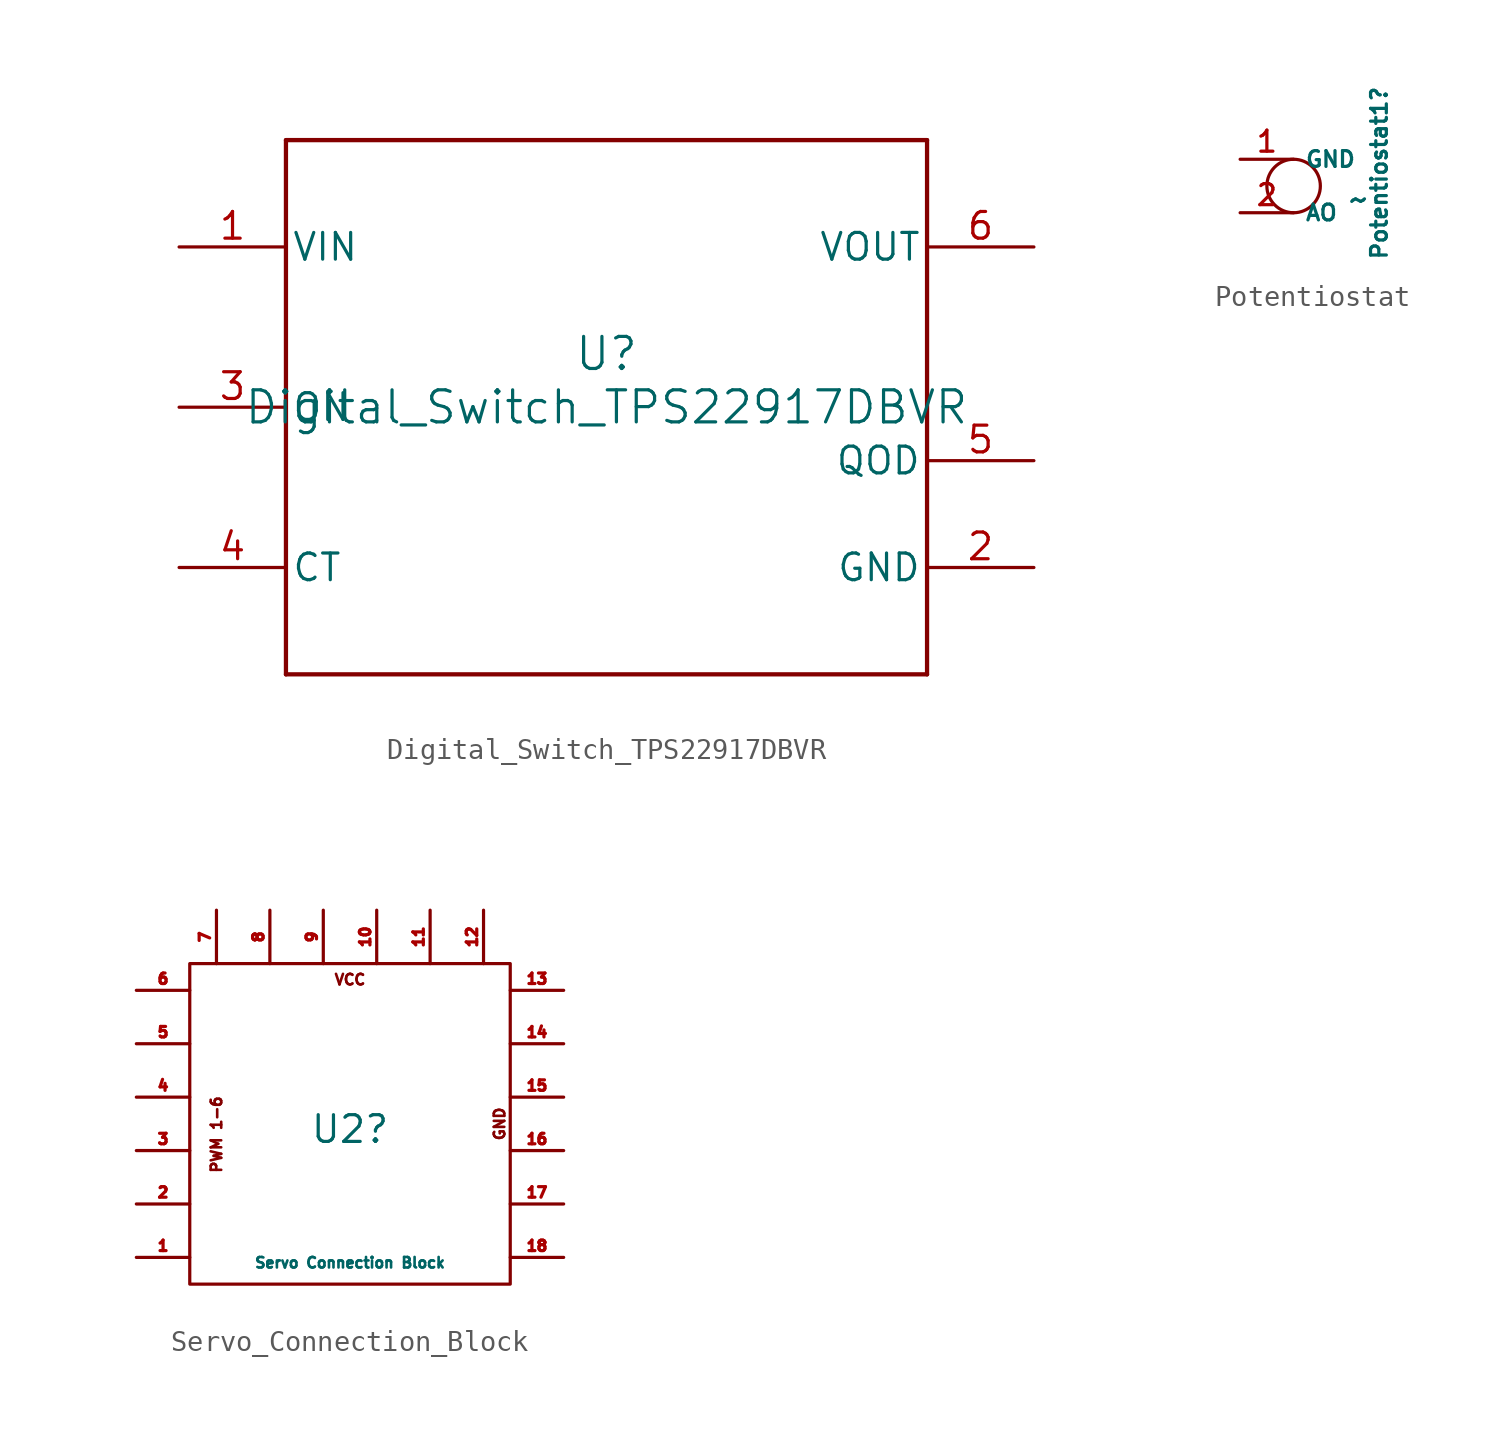
<source format=kicad_sym>
(kicad_symbol_lib
  (version 20231120)
  (generator "kicad_symbol_editor")
  (generator_version "8.0")
  (symbol "Digital_Switch_TPS22917DBVR"
    (pin_names
      (offset 0.254))
    (property "Reference" "U"
      (at 0 2.54 0)
      (effects (font (size 1.524 1.524))))
    (property "Value" "Digital_Switch_TPS22917DBVR"
      (at 0 0 0)
      (effects (font (size 1.524 1.524))))
    (property "ki_locked" ""
      (at 0 0 0)
      (effects (font (size 1.27 1.27))))
    (symbol "Digital_Switch_TPS22917DBVR_1_1"
      (polyline (pts (xy -15.24 -12.7) (xy 15.24 -12.7)) (stroke (width 0.203) (type default)) (fill (type none)))
      (polyline (pts (xy -15.24 12.7) (xy -15.24 -12.7)) (stroke (width 0.203) (type default)) (fill (type none)))
      (polyline (pts (xy 15.24 -12.7) (xy 15.24 12.7)) (stroke (width 0.203) (type default)) (fill (type none)))
      (polyline (pts (xy 15.24 12.7) (xy -15.24 12.7)) (stroke (width 0.203) (type default)) (fill (type none)))
      (pin power_in line (at -20.32 7.62 0) (length 5.08) (name "VIN" (effects (font (size 1.27 1.27)))) (number "1" (effects (font (size 1.27 1.27)))))
      (pin power_in line (at 20.32 -7.62 180) (length 5.08) (name "GND" (effects (font (size 1.27 1.27)))) (number "2" (effects (font (size 1.27 1.27)))))
      (pin input line (at -20.32 0 0) (length 5.08) (name "ON" (effects (font (size 1.27 1.27)))) (number "3" (effects (font (size 1.27 1.27)))))
      (pin output line (at -20.32 -7.62 0) (length 5.08) (name "CT" (effects (font (size 1.27 1.27)))) (number "4" (effects (font (size 1.27 1.27)))))
      (pin input line (at 20.32 -2.54 180) (length 5.08) (name "QOD" (effects (font (size 1.27 1.27)))) (number "5" (effects (font (size 1.27 1.27)))))
      (pin power_in line (at 20.32 7.62 180) (length 5.08) (name "VOUT" (effects (font (size 1.27 1.27)))) (number "6" (effects (font (size 1.27 1.27)))))))
  (symbol "Potentiostat"
    (property "Reference" "Potentiostat1"
      (at 4.064 -3.556 90)
      (effects (font (size 0.75 0.75)) (justify left)))
    (property "Value" "~"
      (at 2.54 -0.635 0)
      (effects (font (size 1.27 1.27)) (justify left)))
    (symbol "Potentiostat_0_1"
      (circle (center 0 0) (radius 1.27) (stroke (width 0) (type default)) (fill (type none))))
    (symbol "Potentiostat_1_1"
      (pin power_in line (at -2.54 1.27 0) (length 2.54) (name "GND" (effects (font (size 0.75 0.75)))) (number "1" (effects (font (size 1 1)))))
      (pin power_in line (at -2.54 -1.27 0) (length 2.54) (name "AO" (effects (font (size 0.75 0.75)))) (number "2" (effects (font (size 1 1)))))))
  (symbol "Servo_Connection_Block"
    (property "Reference" "U2"
      (at 6.35 -4.064 0)
      (effects (font (size 1.27 1.27))))
    (property "Value" "Servo Connection Block"
      (at 6.35 -10.414 0)
      (effects (font (size 0.5 0.5))))
    (symbol "Servo_Connection_Block_0_1"
      (rectangle (start -1.27 3.81) (end 13.97 -11.43) (stroke (width 0) (type default)) (fill (type none))))
    (symbol "Servo_Connection_Block_1_1"
      (text "GND" (at 13.462 -3.81 900) (effects (font (size 0.5 0.5))))
      (text "PWM 1-6" (at 0 -4.318 900) (effects (font (size 0.5 0.5))))
      (text "VCC" (at 6.35 3.048 0) (effects (font (size 0.5 0.5))))
      (pin input line (at -3.81 -10.16 0) (length 2.54) (name "" (effects (font (size 0.5 0.5)))) (number "1" (effects (font (size 0.5 0.5)))))
      (pin input line (at 7.62 6.35 270) (length 2.54) (name "" (effects (font (size 0.5 0.5)))) (number "10" (effects (font (size 0.5 0.5)))))
      (pin input line (at 10.16 6.35 270) (length 2.54) (name "" (effects (font (size 0.5 0.5)))) (number "11" (effects (font (size 0.5 0.5)))))
      (pin input line (at 12.7 6.35 270) (length 2.54) (name "" (effects (font (size 0.5 0.5)))) (number "12" (effects (font (size 0.5 0.5)))))
      (pin input line (at 16.51 2.54 180) (length 2.54) (name "" (effects (font (size 0.5 0.5)))) (number "13" (effects (font (size 0.5 0.5)))))
      (pin input line (at 16.51 0 180) (length 2.54) (name "" (effects (font (size 0.5 0.5)))) (number "14" (effects (font (size 0.5 0.5)))))
      (pin input line (at 16.51 -2.54 180) (length 2.54) (name "" (effects (font (size 0.5 0.5)))) (number "15" (effects (font (size 0.5 0.5)))))
      (pin input line (at 16.51 -5.08 180) (length 2.54) (name "" (effects (font (size 0.5 0.5)))) (number "16" (effects (font (size 0.5 0.5)))))
      (pin input line (at 16.51 -7.62 180) (length 2.54) (name "" (effects (font (size 0.5 0.5)))) (number "17" (effects (font (size 0.5 0.5)))))
      (pin input line (at 16.51 -10.16 180) (length 2.54) (name "" (effects (font (size 0.5 0.5)))) (number "18" (effects (font (size 0.5 0.5)))))
      (pin input line (at -3.81 -7.62 0) (length 2.54) (name "" (effects (font (size 0.5 0.5)))) (number "2" (effects (font (size 0.5 0.5)))))
      (pin input line (at -3.81 -5.08 0) (length 2.54) (name "" (effects (font (size 0.5 0.5)))) (number "3" (effects (font (size 0.5 0.5)))))
      (pin input line (at -3.81 -2.54 0) (length 2.54) (name "" (effects (font (size 0.5 0.5)))) (number "4" (effects (font (size 0.5 0.5)))))
      (pin input line (at -3.81 0 0) (length 2.54) (name "" (effects (font (size 0.5 0.5)))) (number "5" (effects (font (size 0.5 0.5)))))
      (pin input line (at -3.81 2.54 0) (length 2.54) (name "" (effects (font (size 0.5 0.5)))) (number "6" (effects (font (size 0.5 0.5)))))
      (pin input line (at 0 6.35 270) (length 2.54) (name "" (effects (font (size 0.5 0.5)))) (number "7" (effects (font (size 0.5 0.5)))))
      (pin input line (at 2.54 6.35 270) (length 2.54) (name "" (effects (font (size 0.5 0.5)))) (number "8" (effects (font (size 0.5 0.5)))))
      (pin input line (at 5.08 6.35 270) (length 2.54) (name "" (effects (font (size 0.5 0.5)))) (number "9" (effects (font (size 0.5 0.5))))))))
</source>
